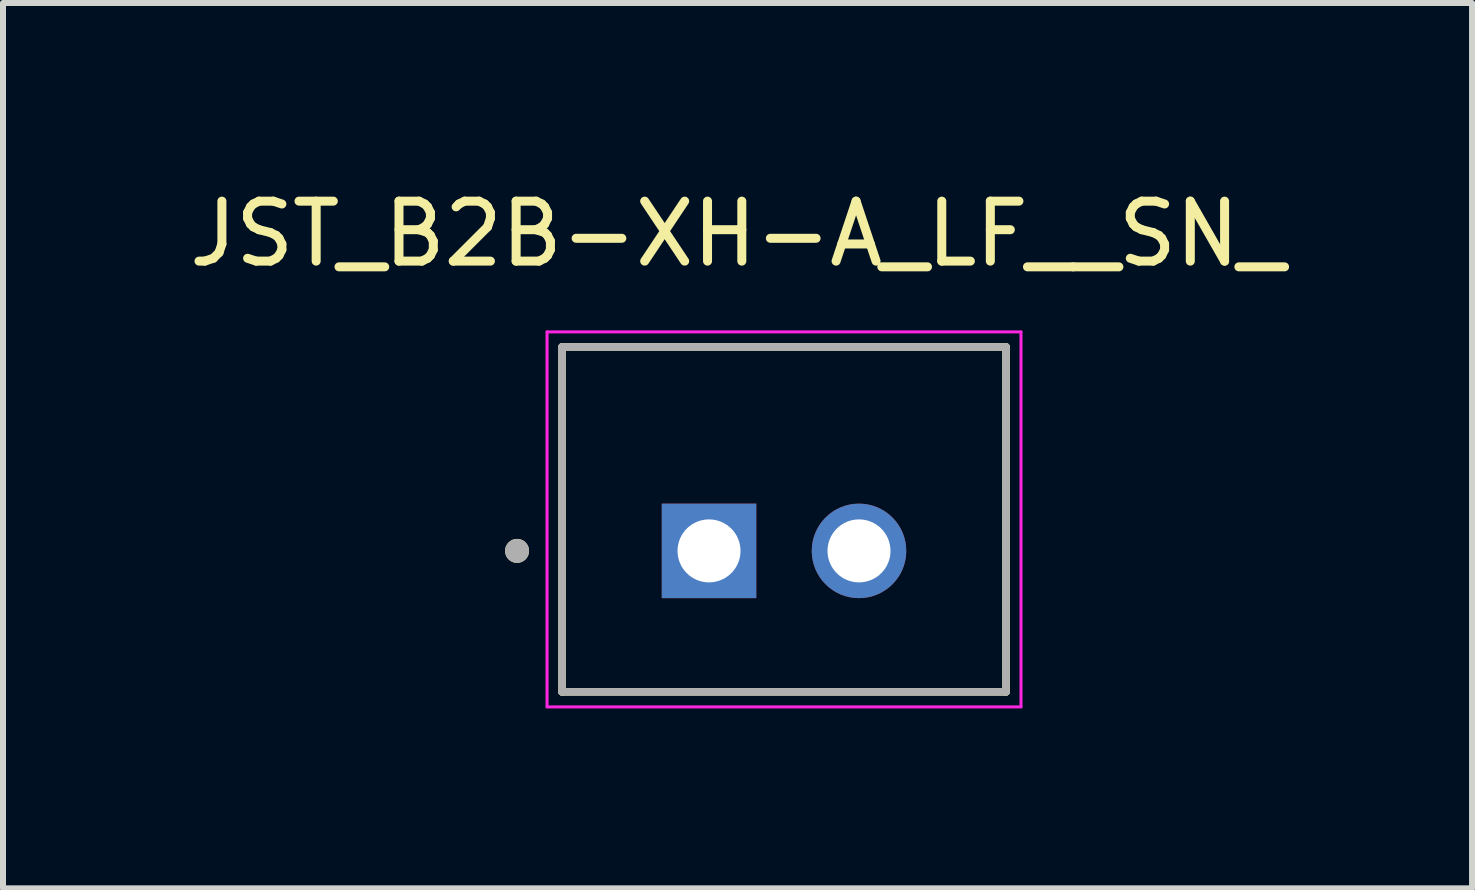
<source format=kicad_pcb>
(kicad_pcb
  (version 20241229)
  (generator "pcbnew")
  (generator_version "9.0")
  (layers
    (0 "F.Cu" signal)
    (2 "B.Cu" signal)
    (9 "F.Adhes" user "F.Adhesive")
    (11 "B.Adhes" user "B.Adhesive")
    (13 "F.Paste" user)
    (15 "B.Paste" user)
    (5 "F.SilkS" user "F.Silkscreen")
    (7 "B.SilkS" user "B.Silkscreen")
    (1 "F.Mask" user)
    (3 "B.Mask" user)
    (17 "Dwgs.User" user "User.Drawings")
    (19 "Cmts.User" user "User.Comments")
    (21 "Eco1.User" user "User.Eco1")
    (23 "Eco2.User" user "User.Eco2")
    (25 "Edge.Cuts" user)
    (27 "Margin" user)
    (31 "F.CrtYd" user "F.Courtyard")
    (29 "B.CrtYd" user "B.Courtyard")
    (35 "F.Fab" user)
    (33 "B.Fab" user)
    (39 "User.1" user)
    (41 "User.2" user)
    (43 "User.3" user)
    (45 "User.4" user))
  (footprint "JST_B2B-XH-A_LF__SN_"
    (layer "F.Cu")
    (at 10.019 5.608)
    (property "Reference" "JST_B2B-XH-A_LF__SN_" (at -0.775 -4.76 0) (layer "F.SilkS") (effects (font (size 1 1) (thickness 0.15))))
    (attr through_hole)
    (fp_line (start -3.7 -2.875) (end 3.7 -2.875) (stroke (width 0.127) (type solid)) (layer "F.SilkS"))
    (fp_line (start -3.7 2.875) (end -3.7 -2.875) (stroke (width 0.127) (type solid)) (layer "F.SilkS"))
    (fp_line (start 3.7 -2.875) (end 3.7 2.875) (stroke (width 0.127) (type solid)) (layer "F.SilkS"))
    (fp_line (start 3.7 2.875) (end -3.7 2.875) (stroke (width 0.127) (type solid)) (layer "F.SilkS"))
    (fp_circle (center -4.45 0.525) (end -4.35 0.525) (stroke (width 0.2) (type solid)) (fill no) (layer "F.SilkS"))
    (fp_line (start -3.95 -3.125) (end -3.95 3.125) (stroke (width 0.05) (type solid)) (layer "F.CrtYd"))
    (fp_line (start -3.95 3.125) (end 3.95 3.125) (stroke (width 0.05) (type solid)) (layer "F.CrtYd"))
    (fp_line (start 3.95 -3.125) (end -3.95 -3.125) (stroke (width 0.05) (type solid)) (layer "F.CrtYd"))
    (fp_line (start 3.95 3.125) (end 3.95 -3.125) (stroke (width 0.05) (type solid)) (layer "F.CrtYd"))
    (fp_line (start -3.7 -2.875) (end 3.7 -2.875) (stroke (width 0.127) (type solid)) (layer "F.Fab"))
    (fp_line (start -3.7 2.875) (end -3.7 -2.875) (stroke (width 0.127) (type solid)) (layer "F.Fab"))
    (fp_line (start 3.7 -2.875) (end 3.7 2.875) (stroke (width 0.127) (type solid)) (layer "F.Fab"))
    (fp_line (start 3.7 2.875) (end -3.7 2.875) (stroke (width 0.127) (type solid)) (layer "F.Fab"))
    (fp_circle (center -4.45 0.525) (end -4.35 0.525) (stroke (width 0.2) (type solid)) (fill no) (layer "F.Fab"))
    (pad "1" thru_hole rect (at -1.25 0.525) (size 1.575 1.575) (drill 1.05) (layers "*.Cu" "*.Mask"))
    (pad "2" thru_hole circle (at 1.25 0.525) (size 1.575 1.575) (drill 1.05) (layers "*.Cu" "*.Mask")))
  (gr_rect
    (start -3 -3)
    (end 21.488 11.758)
    (stroke (width 0.1) (type default))
    (fill no)
    (layer "Edge.Cuts")))
</source>
